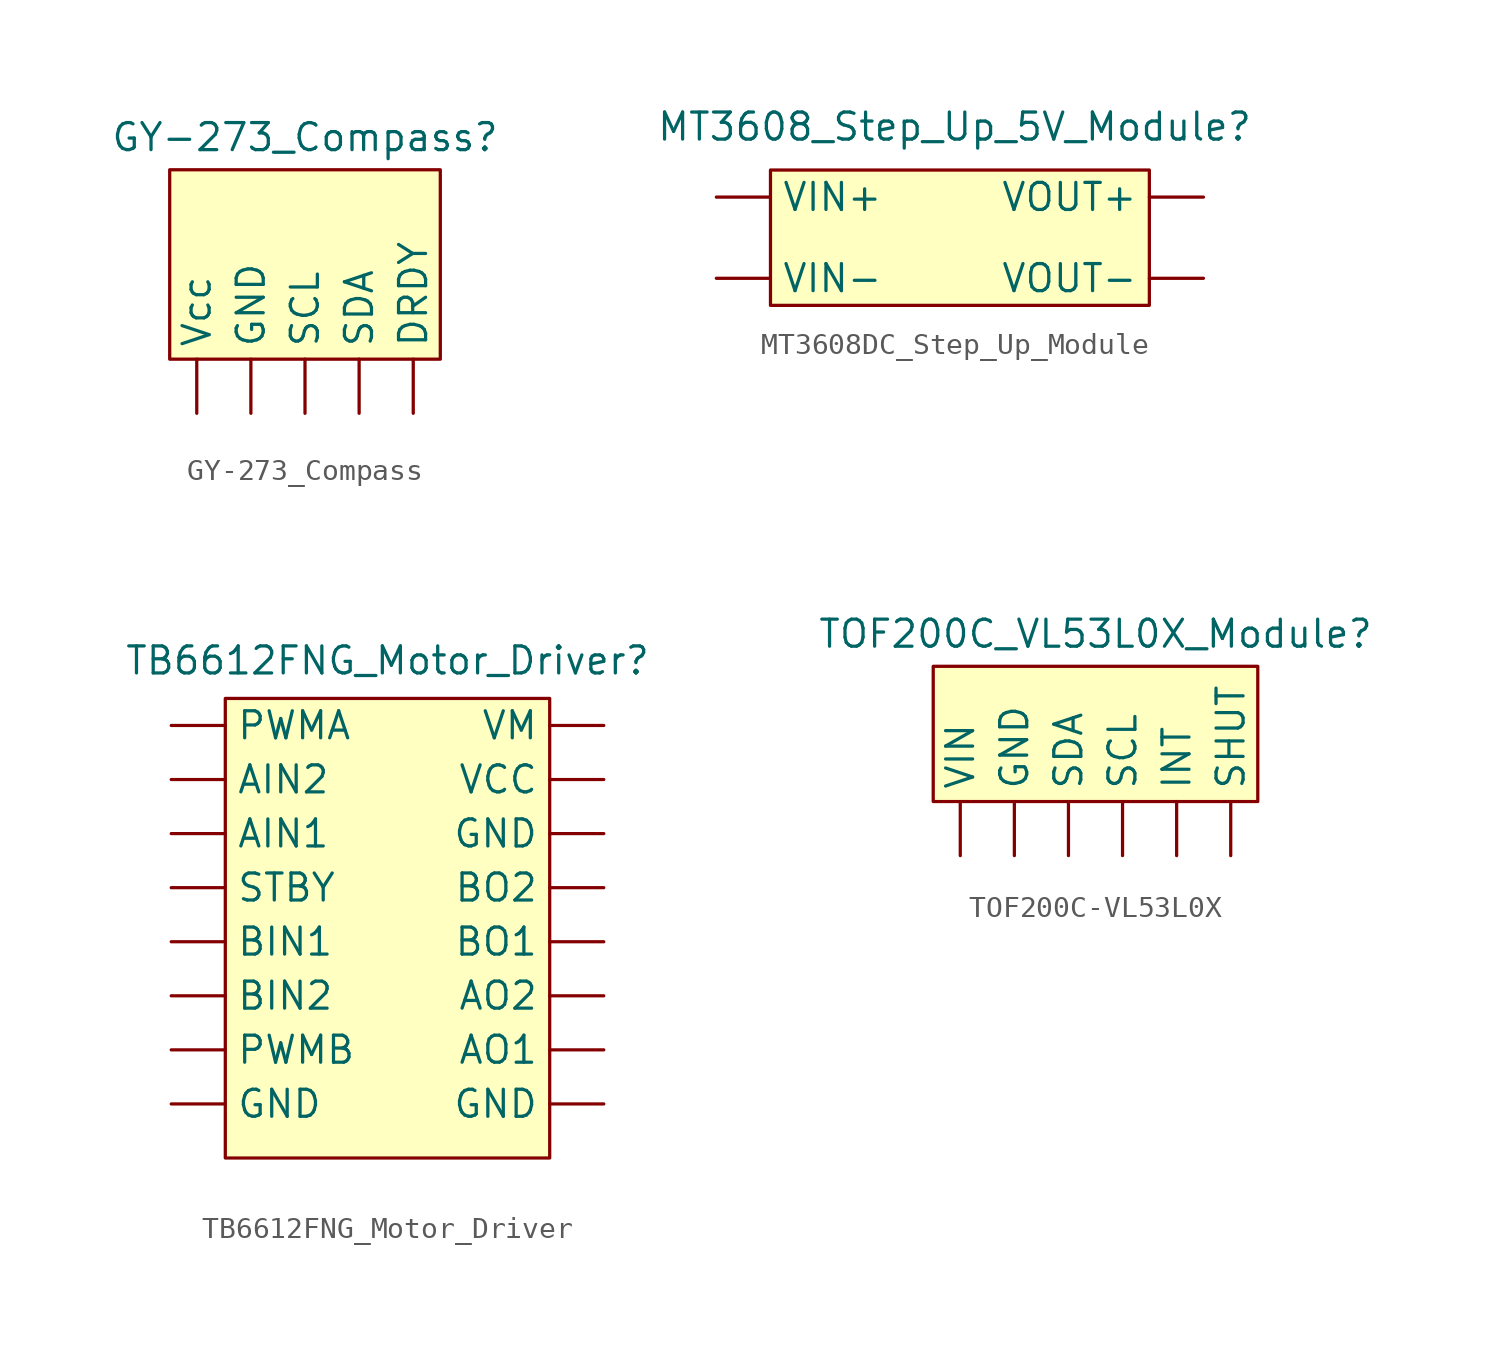
<source format=kicad_sym>
(kicad_symbol_lib
  (version 20241209)
  (generator "kicad_symbol_editor")
  (generator_version "9.0")
  (symbol "GY-273_Compass"
    (property "Reference" "GY-273_Compass"
      (at 0 6.604 0)
      (effects (font (size 1.27 1.27))))
    (property "Value" ""
      (at 0 0 0)
      (effects (font (size 1.27 1.27))))
    (symbol "GY-273_Compass_1_1"
      (rectangle (start -6.35 5.08) (end 6.35 -3.81) (stroke (width 0) (type solid)) (fill (type background)))
      (pin input line (at -5.08 -6.35 90) (length 2.54) (name "Vcc" (effects (font (size 1.27 1.27)))) (number "" (effects (font (size 1.27 1.27)))))
      (pin input line (at -2.54 -6.35 90) (length 2.54) (name "GND" (effects (font (size 1.27 1.27)))) (number "" (effects (font (size 1.27 1.27)))))
      (pin input line (at 0 -6.35 90) (length 2.54) (name "SCL" (effects (font (size 1.27 1.27)))) (number "" (effects (font (size 1.27 1.27)))))
      (pin input line (at 2.54 -6.35 90) (length 2.54) (name "SDA" (effects (font (size 1.27 1.27)))) (number "" (effects (font (size 1.27 1.27)))))
      (pin input line (at 5.08 -6.35 90) (length 2.54) (name "DRDY" (effects (font (size 1.27 1.27)))) (number "" (effects (font (size 1.27 1.27)))))))
  (symbol "MT3608DC_Step_Up_Module"
    (property "Reference" "MT3608_Step_Up_5V_Module"
      (at -4.064 4.572 0)
      (effects (font (size 1.27 1.27))))
    (property "Value" ""
      (at 0 0 0)
      (effects (font (size 1.27 1.27))))
    (symbol "MT3608DC_Step_Up_Module_1_1"
      (rectangle (start -12.7 2.54) (end 5.08 -3.81) (stroke (width 0) (type solid)) (fill (type background)))
      (pin input line (at -15.24 1.27 0) (length 2.54) (name "VIN+" (effects (font (size 1.27 1.27)))) (number "" (effects (font (size 1.27 1.27)))))
      (pin input line (at -15.24 -2.54 0) (length 2.54) (name "VIN-" (effects (font (size 1.27 1.27)))) (number "" (effects (font (size 1.27 1.27)))))
      (pin input line (at 7.62 1.27 180) (length 2.54) (name "VOUT+" (effects (font (size 1.27 1.27)))) (number "" (effects (font (size 1.27 1.27)))))
      (pin input line (at 7.62 -2.54 180) (length 2.54) (name "VOUT-" (effects (font (size 1.27 1.27)))) (number "" (effects (font (size 1.27 1.27)))))))
  (symbol "TB6612FNG_Motor_Driver"
    (property "Reference" "TB6612FNG_Motor_Driver"
      (at 0 9.398 0)
      (effects (font (size 1.27 1.27))))
    (property "Value" ""
      (at 0 0 0)
      (effects (font (size 1.27 1.27))))
    (symbol "TB6612FNG_Motor_Driver_1_1"
      (rectangle (start -7.62 7.62) (end 7.62 -13.97) (stroke (width 0) (type solid)) (fill (type background)))
      (pin input line (at -10.16 6.35 0) (length 2.54) (name "PWMA" (effects (font (size 1.27 1.27)))) (number "" (effects (font (size 1.27 1.27)))))
      (pin input line (at -10.16 3.81 0) (length 2.54) (name "AIN2" (effects (font (size 1.27 1.27)))) (number "" (effects (font (size 1.27 1.27)))))
      (pin input line (at -10.16 1.27 0) (length 2.54) (name "AIN1" (effects (font (size 1.27 1.27)))) (number "" (effects (font (size 1.27 1.27)))))
      (pin input line (at -10.16 -1.27 0) (length 2.54) (name "STBY" (effects (font (size 1.27 1.27)))) (number "" (effects (font (size 1.27 1.27)))))
      (pin input line (at -10.16 -3.81 0) (length 2.54) (name "BIN1" (effects (font (size 1.27 1.27)))) (number "" (effects (font (size 1.27 1.27)))))
      (pin input line (at -10.16 -6.35 0) (length 2.54) (name "BIN2" (effects (font (size 1.27 1.27)))) (number "" (effects (font (size 1.27 1.27)))))
      (pin input line (at -10.16 -8.89 0) (length 2.54) (name "PWMB" (effects (font (size 1.27 1.27)))) (number "" (effects (font (size 1.27 1.27)))))
      (pin input line (at -10.16 -11.43 0) (length 2.54) (name "GND" (effects (font (size 1.27 1.27)))) (number "" (effects (font (size 1.27 1.27)))))
      (pin input line (at 10.16 6.35 180) (length 2.54) (name "VM" (effects (font (size 1.27 1.27)))) (number "" (effects (font (size 1.27 1.27)))))
      (pin input line (at 10.16 3.81 180) (length 2.54) (name "VCC" (effects (font (size 1.27 1.27)))) (number "" (effects (font (size 1.27 1.27)))))
      (pin input line (at 10.16 1.27 180) (length 2.54) (name "GND" (effects (font (size 1.27 1.27)))) (number "" (effects (font (size 1.27 1.27)))))
      (pin input line (at 10.16 -1.27 180) (length 2.54) (name "BO2" (effects (font (size 1.27 1.27)))) (number "" (effects (font (size 1.27 1.27)))))
      (pin input line (at 10.16 -3.81 180) (length 2.54) (name "BO1" (effects (font (size 1.27 1.27)))) (number "" (effects (font (size 1.27 1.27)))))
      (pin input line (at 10.16 -6.35 180) (length 2.54) (name "AO2" (effects (font (size 1.27 1.27)))) (number "" (effects (font (size 1.27 1.27)))))
      (pin input line (at 10.16 -8.89 180) (length 2.54) (name "AO1" (effects (font (size 1.27 1.27)))) (number "" (effects (font (size 1.27 1.27)))))
      (pin input line (at 10.16 -11.43 180) (length 2.54) (name "GND" (effects (font (size 1.27 1.27)))) (number "" (effects (font (size 1.27 1.27)))))))
  (symbol "TOF200C-VL53L0X"
    (property "Reference" "TOF200C_VL53L0X_Module"
      (at 0 5.334 0)
      (effects (font (size 1.27 1.27))))
    (property "Value" ""
      (at 0 0 0)
      (effects (font (size 1.27 1.27))))
    (symbol "TOF200C-VL53L0X_1_1"
      (rectangle (start -7.62 3.81) (end 7.62 -2.54) (stroke (width 0) (type solid)) (fill (type background)))
      (pin input line (at -6.35 -5.08 90) (length 2.54) (name "VIN" (effects (font (size 1.27 1.27)))) (number "" (effects (font (size 1.27 1.27)))))
      (pin input line (at -3.81 -5.08 90) (length 2.54) (name "GND" (effects (font (size 1.27 1.27)))) (number "" (effects (font (size 1.27 1.27)))))
      (pin input line (at -1.27 -5.08 90) (length 2.54) (name "SDA" (effects (font (size 1.27 1.27)))) (number "" (effects (font (size 1.27 1.27)))))
      (pin input line (at 1.27 -5.08 90) (length 2.54) (name "SCL" (effects (font (size 1.27 1.27)))) (number "" (effects (font (size 1.27 1.27)))))
      (pin input line (at 3.81 -5.08 90) (length 2.54) (name "INT" (effects (font (size 1.27 1.27)))) (number "" (effects (font (size 1.27 1.27)))))
      (pin input line (at 6.35 -5.08 90) (length 2.54) (name "SHUT" (effects (font (size 1.27 1.27)))) (number "" (effects (font (size 1.27 1.27))))))))
</source>
